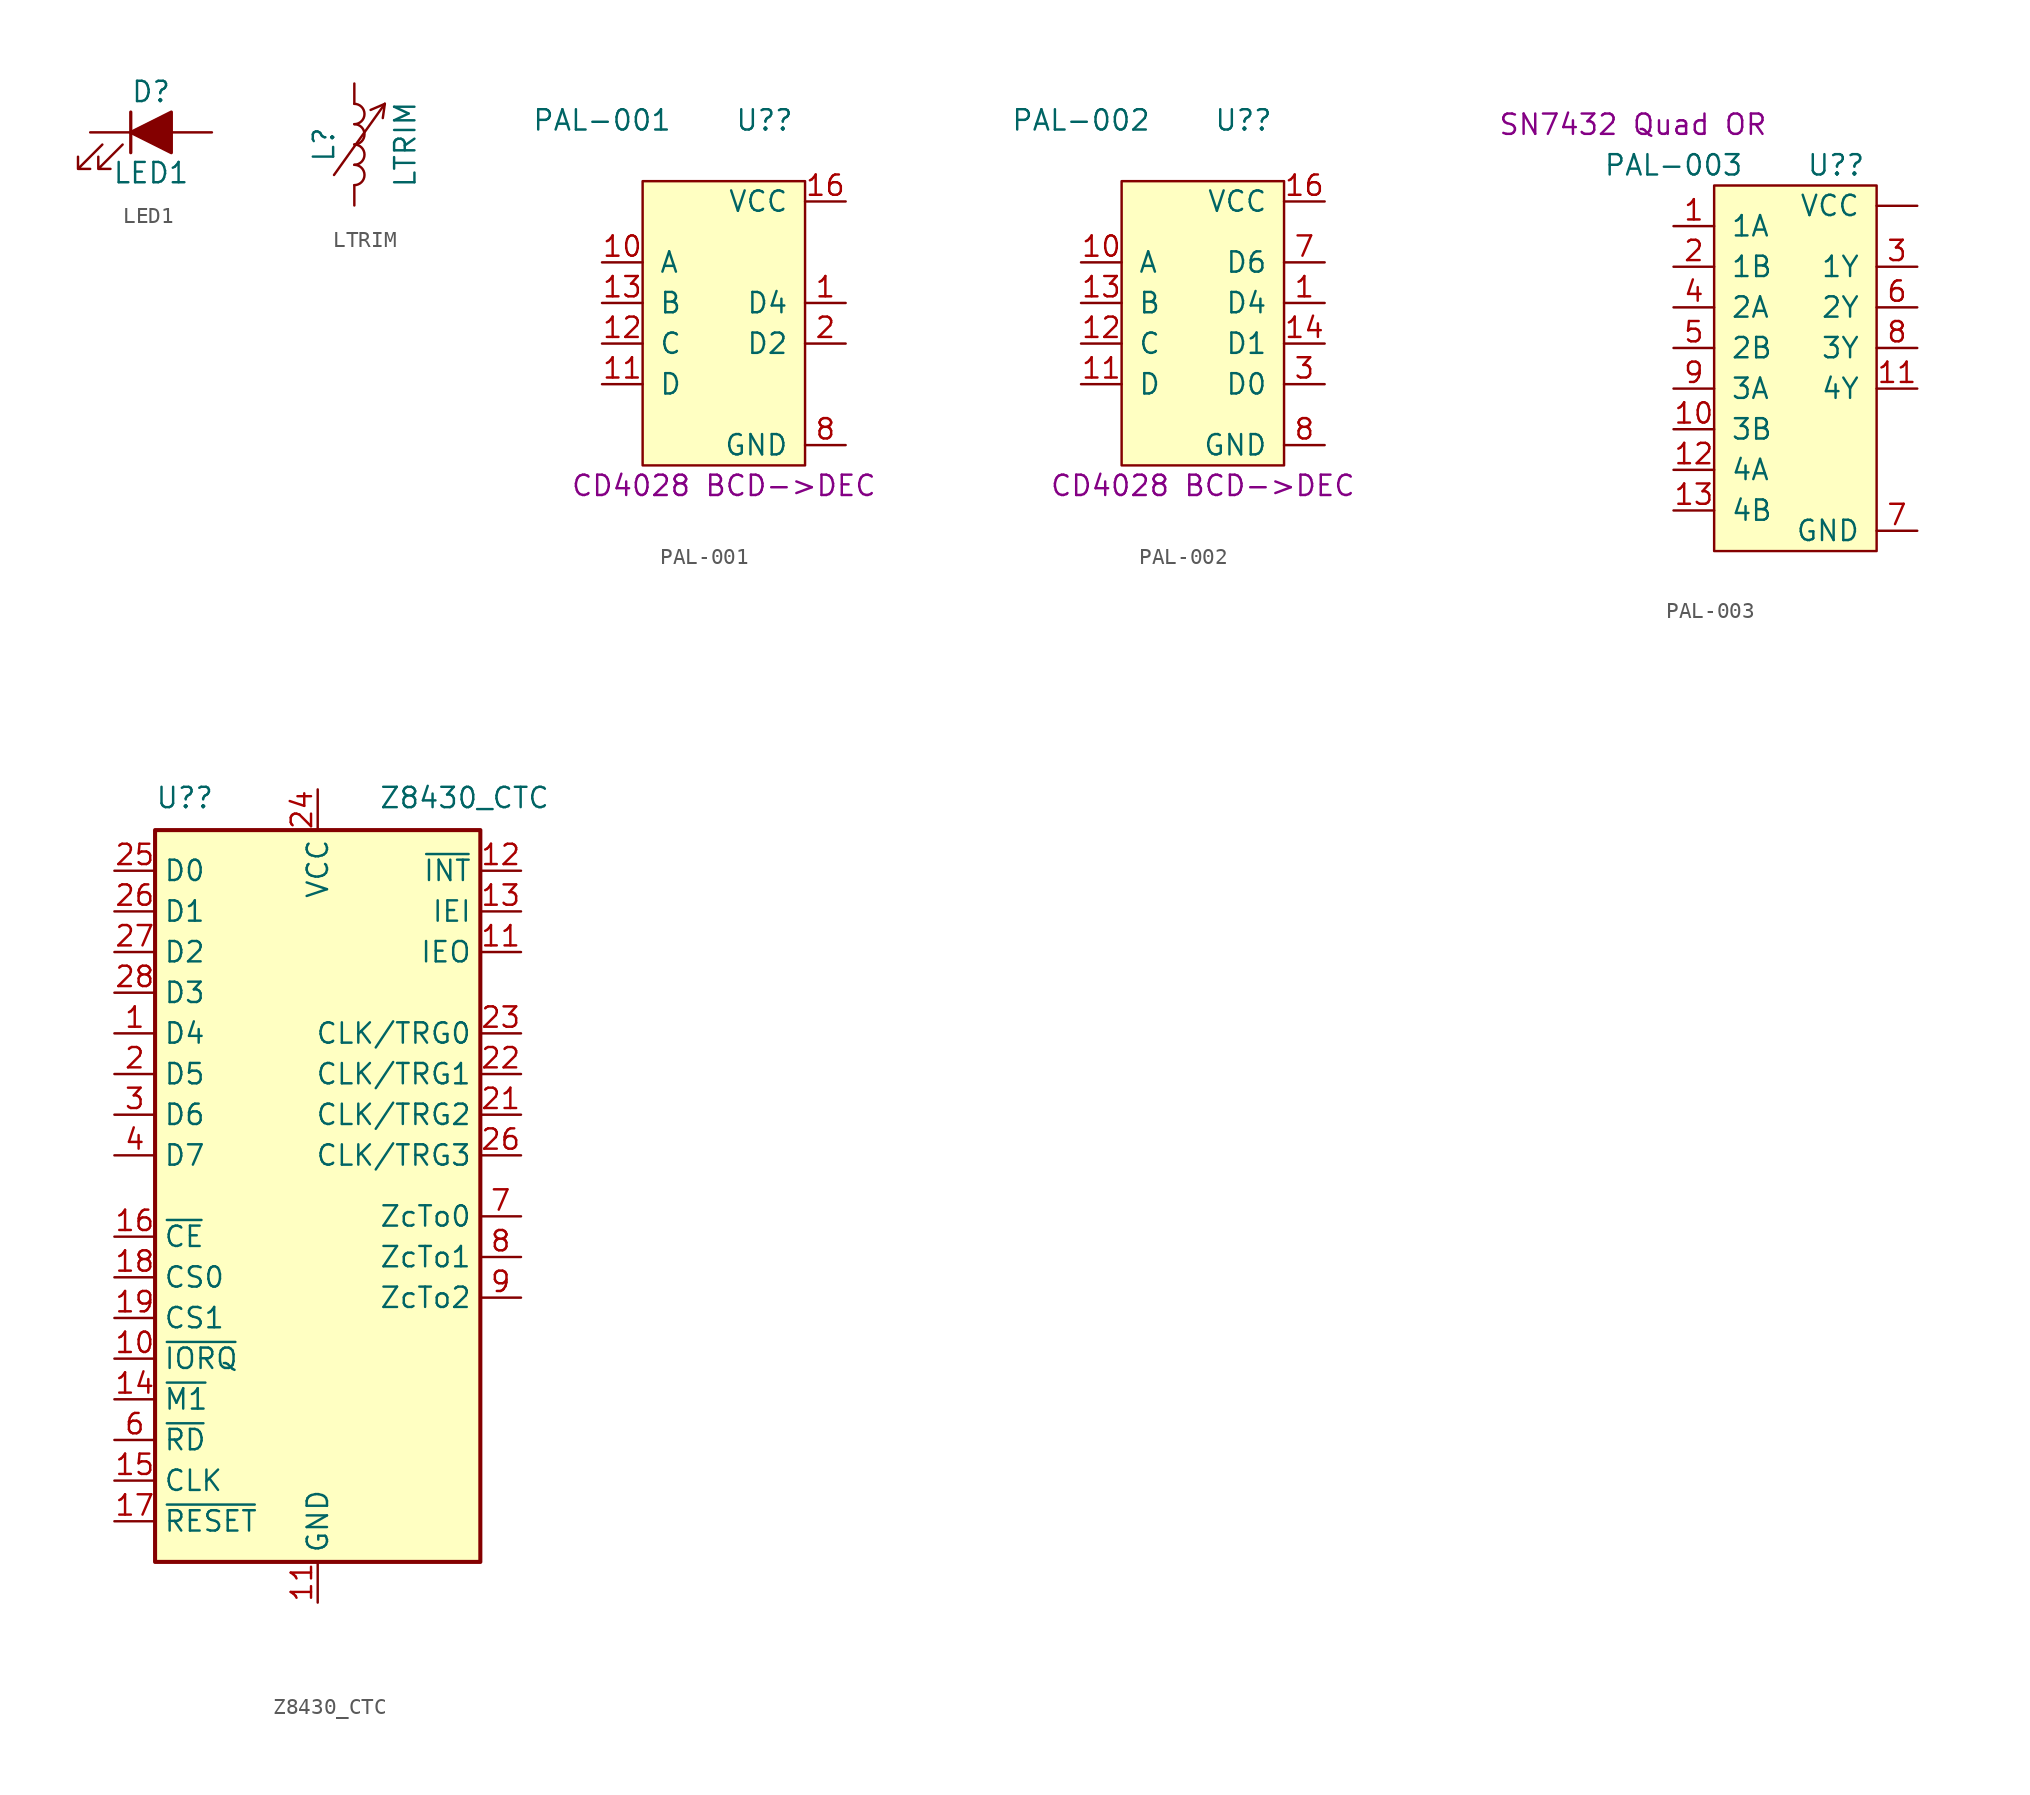
<source format=kicad_sym>
(kicad_symbol_lib
  (version 20220914)
  (generator kicad_symbol_editor)
  (symbol "LED1"
    (pin_numbers hide)
    (pin_names
      (offset 1.016) hide)
    (property "Reference" "D"
      (at 0 2.54 0)
      (effects (font (size 1.27 1.27))))
    (property "Value" "LED1"
      (at 0 -2.54 0)
      (effects (font (size 1.27 1.27))))
    (symbol "LED1_0_1"
      (polyline (pts (xy -1.27 -1.27) (xy -1.27 1.27)) (stroke (width 0.203) (type solid)) (fill (type none)))
      (polyline (pts (xy -1.27 0) (xy 1.27 0)) (stroke (width 0) (type solid)) (fill (type none)))
      (polyline (pts (xy 1.27 -1.27) (xy 1.27 1.27) (xy -1.27 0) (xy 1.27 -1.27)) (stroke (width 0.203) (type solid)) (fill (type outline)))
      (polyline (pts (xy -3.048 -0.762) (xy -4.572 -2.286) (xy -3.81 -2.286) (xy -4.572 -2.286) (xy -4.572 -1.524)) (stroke (width 0) (type solid)) (fill (type none)))
      (polyline (pts (xy -1.778 -0.762) (xy -3.302 -2.286) (xy -2.54 -2.286) (xy -3.302 -2.286) (xy -3.302 -1.524)) (stroke (width 0) (type solid)) (fill (type none))))
    (symbol "LED1_1_1"
      (pin passive line (at -3.81 0 0) (length 2.54) (name "K" (effects (font (size 1.27 1.27)))) (number "1" (effects (font (size 1.27 1.27)))))
      (pin passive line (at 3.81 0 180) (length 2.54) (name "A" (effects (font (size 1.27 1.27)))) (number "2" (effects (font (size 1.27 1.27)))))))
  (symbol "LTRIM"
    (pin_numbers hide)
    (pin_names
      (offset 1.016) hide)
    (property "Reference" "L"
      (at -1.905 0 90)
      (effects (font (size 1.27 1.27))))
    (property "Value" "LTRIM"
      (at 3.175 0 90)
      (effects (font (size 1.27 1.27))))
    (symbol "LTRIM_0_1"
      (arc (start 0 -2.54) (mid 0.6323 -1.905) (end 0 -1.27) (stroke (width 0) (type solid)) (fill (type none)))
      (arc (start 0 -1.27) (mid 0.6323 -0.635) (end 0 0) (stroke (width 0) (type solid)) (fill (type none)))
      (polyline (pts (xy -1.27 -1.905) (xy 1.905 2.54)) (stroke (width 0) (type solid)) (fill (type none)))
      (polyline (pts (xy 1.905 2.54) (xy 1.016 2.159)) (stroke (width 0) (type solid)) (fill (type none)))
      (polyline (pts (xy 1.905 2.54) (xy 1.778 1.651)) (stroke (width 0) (type solid)) (fill (type none)))
      (arc (start 0 0) (mid 0.6323 0.635) (end 0 1.27) (stroke (width 0) (type solid)) (fill (type none)))
      (arc (start 0 1.27) (mid 0.6323 1.905) (end 0 2.54) (stroke (width 0) (type solid)) (fill (type none))))
    (symbol "LTRIM_1_1"
      (pin passive line (at 0 3.81 270) (length 1.27) (name "1" (effects (font (size 1.27 1.27)))) (number "1" (effects (font (size 1.27 1.27)))))
      (pin passive line (at 0 -3.81 90) (length 1.27) (name "2" (effects (font (size 1.27 1.27)))) (number "2" (effects (font (size 1.27 1.27)))))))
  (symbol "PAL-001"
    (pin_names
      (offset 1.016))
    (property "Reference" "U?"
      (at 2.54 12.7 0)
      (effects (font (size 1.27 1.27))))
    (property "Value" "PAL-001"
      (at -7.62 12.7 0)
      (effects (font (size 1.27 1.27))))
    (property "Replacement" "CD4028 BCD->DEC"
      (at 0 -10.16 0)
      (effects (font (size 1.27 1.27))))
    (symbol "PAL-001_0_1"
      (rectangle (start -5.08 8.89) (end 5.08 -8.89) (stroke (width 0) (type solid)) (fill (type background))))
    (symbol "PAL-001_1_1"
      (pin output line (at 7.62 1.27 180) (length 2.54) (name "D4" (effects (font (size 1.27 1.27)))) (number "1" (effects (font (size 1.27 1.27)))))
      (pin input line (at -7.62 3.81 0) (length 2.54) (name "A" (effects (font (size 1.27 1.27)))) (number "10" (effects (font (size 1.27 1.27)))))
      (pin input line (at -7.62 -3.81 0) (length 2.54) (name "D" (effects (font (size 1.27 1.27)))) (number "11" (effects (font (size 1.27 1.27)))))
      (pin input line (at -7.62 -1.27 0) (length 2.54) (name "C" (effects (font (size 1.27 1.27)))) (number "12" (effects (font (size 1.27 1.27)))))
      (pin input line (at -7.62 1.27 0) (length 2.54) (name "B" (effects (font (size 1.27 1.27)))) (number "13" (effects (font (size 1.27 1.27)))))
      (pin power_in line (at 7.62 7.62 180) (length 2.54) (name "VCC" (effects (font (size 1.27 1.27)))) (number "16" (effects (font (size 1.27 1.27)))))
      (pin output line (at 7.62 -1.27 180) (length 2.54) (name "D2" (effects (font (size 1.27 1.27)))) (number "2" (effects (font (size 1.27 1.27)))))
      (pin power_in line (at 7.62 -7.62 180) (length 2.54) (name "GND" (effects (font (size 1.27 1.27)))) (number "8" (effects (font (size 1.27 1.27)))))))
  (symbol "PAL-002"
    (pin_names
      (offset 1.016))
    (property "Reference" "U?"
      (at 2.54 12.7 0)
      (effects (font (size 1.27 1.27))))
    (property "Value" "PAL-002"
      (at -7.62 12.7 0)
      (effects (font (size 1.27 1.27))))
    (property "Replacement" "CD4028 BCD->DEC"
      (at 0 -10.16 0)
      (effects (font (size 1.27 1.27))))
    (symbol "PAL-002_0_1"
      (rectangle (start -5.08 8.89) (end 5.08 -8.89) (stroke (width 0) (type solid)) (fill (type background))))
    (symbol "PAL-002_1_1"
      (pin output line (at 7.62 1.27 180) (length 2.54) (name "D4" (effects (font (size 1.27 1.27)))) (number "1" (effects (font (size 1.27 1.27)))))
      (pin input line (at -7.62 3.81 0) (length 2.54) (name "A" (effects (font (size 1.27 1.27)))) (number "10" (effects (font (size 1.27 1.27)))))
      (pin input line (at -7.62 -3.81 0) (length 2.54) (name "D" (effects (font (size 1.27 1.27)))) (number "11" (effects (font (size 1.27 1.27)))))
      (pin input line (at -7.62 -1.27 0) (length 2.54) (name "C" (effects (font (size 1.27 1.27)))) (number "12" (effects (font (size 1.27 1.27)))))
      (pin input line (at -7.62 1.27 0) (length 2.54) (name "B" (effects (font (size 1.27 1.27)))) (number "13" (effects (font (size 1.27 1.27)))))
      (pin output line (at 7.62 -1.27 180) (length 2.54) (name "D1" (effects (font (size 1.27 1.27)))) (number "14" (effects (font (size 1.27 1.27)))))
      (pin power_in line (at 7.62 7.62 180) (length 2.54) (name "VCC" (effects (font (size 1.27 1.27)))) (number "16" (effects (font (size 1.27 1.27)))))
      (pin output line (at 7.62 -3.81 180) (length 2.54) (name "D0" (effects (font (size 1.27 1.27)))) (number "3" (effects (font (size 1.27 1.27)))))
      (pin output line (at 7.62 3.81 180) (length 2.54) (name "D6" (effects (font (size 1.27 1.27)))) (number "7" (effects (font (size 1.27 1.27)))))
      (pin power_in line (at 7.62 -7.62 180) (length 2.54) (name "GND" (effects (font (size 1.27 1.27)))) (number "8" (effects (font (size 1.27 1.27)))))))
  (symbol "PAL-003"
    (pin_names
      (offset 1.016))
    (property "Reference" "U?"
      (at 2.54 12.7 0)
      (effects (font (size 1.27 1.27))))
    (property "Value" "PAL-003"
      (at -7.62 12.7 0)
      (effects (font (size 1.27 1.27))))
    (property "Replacement" "SN7432 Quad OR"
      (at -10.16 15.24 0)
      (effects (font (size 1.27 1.27))))
    (symbol "PAL-003_0_1"
      (rectangle (start -5.08 11.43) (end 5.08 -11.43) (stroke (width 0) (type solid)) (fill (type background))))
    (symbol "PAL-003_1_1"
      (pin input line (at -7.62 8.89 0) (length 2.54) (name "1A" (effects (font (size 1.27 1.27)))) (number "1" (effects (font (size 1.27 1.27)))))
      (pin input line (at -7.62 -3.81 0) (length 2.54) (name "3B" (effects (font (size 1.27 1.27)))) (number "10" (effects (font (size 1.27 1.27)))))
      (pin output line (at 7.62 -1.27 180) (length 2.54) (name "4Y" (effects (font (size 1.27 1.27)))) (number "11" (effects (font (size 1.27 1.27)))))
      (pin input line (at -7.62 -6.35 0) (length 2.54) (name "4A" (effects (font (size 1.27 1.27)))) (number "12" (effects (font (size 1.27 1.27)))))
      (pin input line (at -7.62 -8.89 0) (length 2.54) (name "4B" (effects (font (size 1.27 1.27)))) (number "13" (effects (font (size 1.27 1.27)))))
      (pin input line (at -7.62 6.35 0) (length 2.54) (name "1B" (effects (font (size 1.27 1.27)))) (number "2" (effects (font (size 1.27 1.27)))))
      (pin output line (at 7.62 6.35 180) (length 2.54) (name "1Y" (effects (font (size 1.27 1.27)))) (number "3" (effects (font (size 1.27 1.27)))))
      (pin input line (at -7.62 3.81 0) (length 2.54) (name "2A" (effects (font (size 1.27 1.27)))) (number "4" (effects (font (size 1.27 1.27)))))
      (pin input line (at -7.62 1.27 0) (length 2.54) (name "2B" (effects (font (size 1.27 1.27)))) (number "5" (effects (font (size 1.27 1.27)))))
      (pin output line (at 7.62 3.81 180) (length 2.54) (name "2Y" (effects (font (size 1.27 1.27)))) (number "6" (effects (font (size 1.27 1.27)))))
      (pin power_in line (at 7.62 -10.16 180) (length 2.54) (name "GND" (effects (font (size 1.27 1.27)))) (number "7" (effects (font (size 1.27 1.27)))))
      (pin output line (at 7.62 1.27 180) (length 2.54) (name "3Y" (effects (font (size 1.27 1.27)))) (number "8" (effects (font (size 1.27 1.27)))))
      (pin input line (at -7.62 -1.27 0) (length 2.54) (name "3A" (effects (font (size 1.27 1.27)))) (number "9" (effects (font (size 1.27 1.27)))))
      (pin power_in line (at 7.62 10.16 180) (length 2.54) (name "VCC" (effects (font (size 1.27 1.27)))) (number "~" (effects (font (size 1.27 1.27)))))))
  (symbol "Z8430_CTC"
    (property "Reference" "U?"
      (at -10.16 17.78 0)
      (effects (font (size 1.27 1.27)) (justify left bottom)))
    (property "Value" "Z8430_CTC"
      (at 3.81 17.78 0)
      (effects (font (size 1.27 1.27)) (justify left bottom)))
    (symbol "Z8430_CTC_1_0"
      (rectangle (start -10.16 16.51) (end 10.16 -29.21) (stroke (width 0.254) (type solid)) (fill (type background))))
    (symbol "Z8430_CTC_1_1"
      (pin bidirectional line (at -12.7 3.81 0) (length 2.54) (name "D4" (effects (font (size 1.27 1.27)))) (number "1" (effects (font (size 1.27 1.27)))))
      (pin input line (at -12.7 -16.51 0) (length 2.54) (name "~{IORQ}" (effects (font (size 1.27 1.27)))) (number "10" (effects (font (size 1.27 1.27)))))
      (pin power_in line (at 0 -31.75 90) (length 2.54) (name "GND" (effects (font (size 1.27 1.27)))) (number "11" (effects (font (size 1.27 1.27)))))
      (pin output line (at 12.7 8.89 180) (length 2.54) (name "IEO" (effects (font (size 1.27 1.27)))) (number "11" (effects (font (size 1.27 1.27)))))
      (pin open_collector line (at 12.7 13.97 180) (length 2.54) (name "~{INT}" (effects (font (size 1.27 1.27)))) (number "12" (effects (font (size 1.27 1.27)))))
      (pin input line (at 12.7 11.43 180) (length 2.54) (name "IEI" (effects (font (size 1.27 1.27)))) (number "13" (effects (font (size 1.27 1.27)))))
      (pin input line (at -12.7 -19.05 0) (length 2.54) (name "~{M1}" (effects (font (size 1.27 1.27)))) (number "14" (effects (font (size 1.27 1.27)))))
      (pin input line (at -12.7 -24.13 0) (length 2.54) (name "CLK" (effects (font (size 1.27 1.27)))) (number "15" (effects (font (size 1.27 1.27)))))
      (pin input line (at -12.7 -8.89 0) (length 2.54) (name "~{CE}" (effects (font (size 1.27 1.27)))) (number "16" (effects (font (size 1.27 1.27)))))
      (pin input line (at -12.7 -26.67 0) (length 2.54) (name "~{RESET}" (effects (font (size 1.27 1.27)))) (number "17" (effects (font (size 1.27 1.27)))))
      (pin input line (at -12.7 -11.43 0) (length 2.54) (name "CS0" (effects (font (size 1.27 1.27)))) (number "18" (effects (font (size 1.27 1.27)))))
      (pin input line (at -12.7 -13.97 0) (length 2.54) (name "CS1" (effects (font (size 1.27 1.27)))) (number "19" (effects (font (size 1.27 1.27)))))
      (pin bidirectional line (at -12.7 1.27 0) (length 2.54) (name "D5" (effects (font (size 1.27 1.27)))) (number "2" (effects (font (size 1.27 1.27)))))
      (pin input line (at 12.7 -1.27 180) (length 2.54) (name "CLK/TRG2" (effects (font (size 1.27 1.27)))) (number "21" (effects (font (size 1.27 1.27)))))
      (pin input line (at 12.7 1.27 180) (length 2.54) (name "CLK/TRG1" (effects (font (size 1.27 1.27)))) (number "22" (effects (font (size 1.27 1.27)))))
      (pin input line (at 12.7 3.81 180) (length 2.54) (name "CLK/TRG0" (effects (font (size 1.27 1.27)))) (number "23" (effects (font (size 1.27 1.27)))))
      (pin power_in line (at 0 19.05 270) (length 2.54) (name "VCC" (effects (font (size 1.27 1.27)))) (number "24" (effects (font (size 1.27 1.27)))))
      (pin bidirectional line (at -12.7 13.97 0) (length 2.54) (name "D0" (effects (font (size 1.27 1.27)))) (number "25" (effects (font (size 1.27 1.27)))))
      (pin input line (at 12.7 -3.81 180) (length 2.54) (name "CLK/TRG3" (effects (font (size 1.27 1.27)))) (number "26" (effects (font (size 1.27 1.27)))))
      (pin bidirectional line (at -12.7 11.43 0) (length 2.54) (name "D1" (effects (font (size 1.27 1.27)))) (number "26" (effects (font (size 1.27 1.27)))))
      (pin bidirectional line (at -12.7 8.89 0) (length 2.54) (name "D2" (effects (font (size 1.27 1.27)))) (number "27" (effects (font (size 1.27 1.27)))))
      (pin bidirectional line (at -12.7 6.35 0) (length 2.54) (name "D3" (effects (font (size 1.27 1.27)))) (number "28" (effects (font (size 1.27 1.27)))))
      (pin bidirectional line (at -12.7 -1.27 0) (length 2.54) (name "D6" (effects (font (size 1.27 1.27)))) (number "3" (effects (font (size 1.27 1.27)))))
      (pin bidirectional line (at -12.7 -3.81 0) (length 2.54) (name "D7" (effects (font (size 1.27 1.27)))) (number "4" (effects (font (size 1.27 1.27)))))
      (pin input line (at -12.7 -21.59 0) (length 2.54) (name "~{RD}" (effects (font (size 1.27 1.27)))) (number "6" (effects (font (size 1.27 1.27)))))
      (pin output line (at 12.7 -7.62 180) (length 2.54) (name "ZcTo0" (effects (font (size 1.27 1.27)))) (number "7" (effects (font (size 1.27 1.27)))))
      (pin output line (at 12.7 -10.16 180) (length 2.54) (name "ZcTo1" (effects (font (size 1.27 1.27)))) (number "8" (effects (font (size 1.27 1.27)))))
      (pin output line (at 12.7 -12.7 180) (length 2.54) (name "ZcTo2" (effects (font (size 1.27 1.27)))) (number "9" (effects (font (size 1.27 1.27))))))))
</source>
